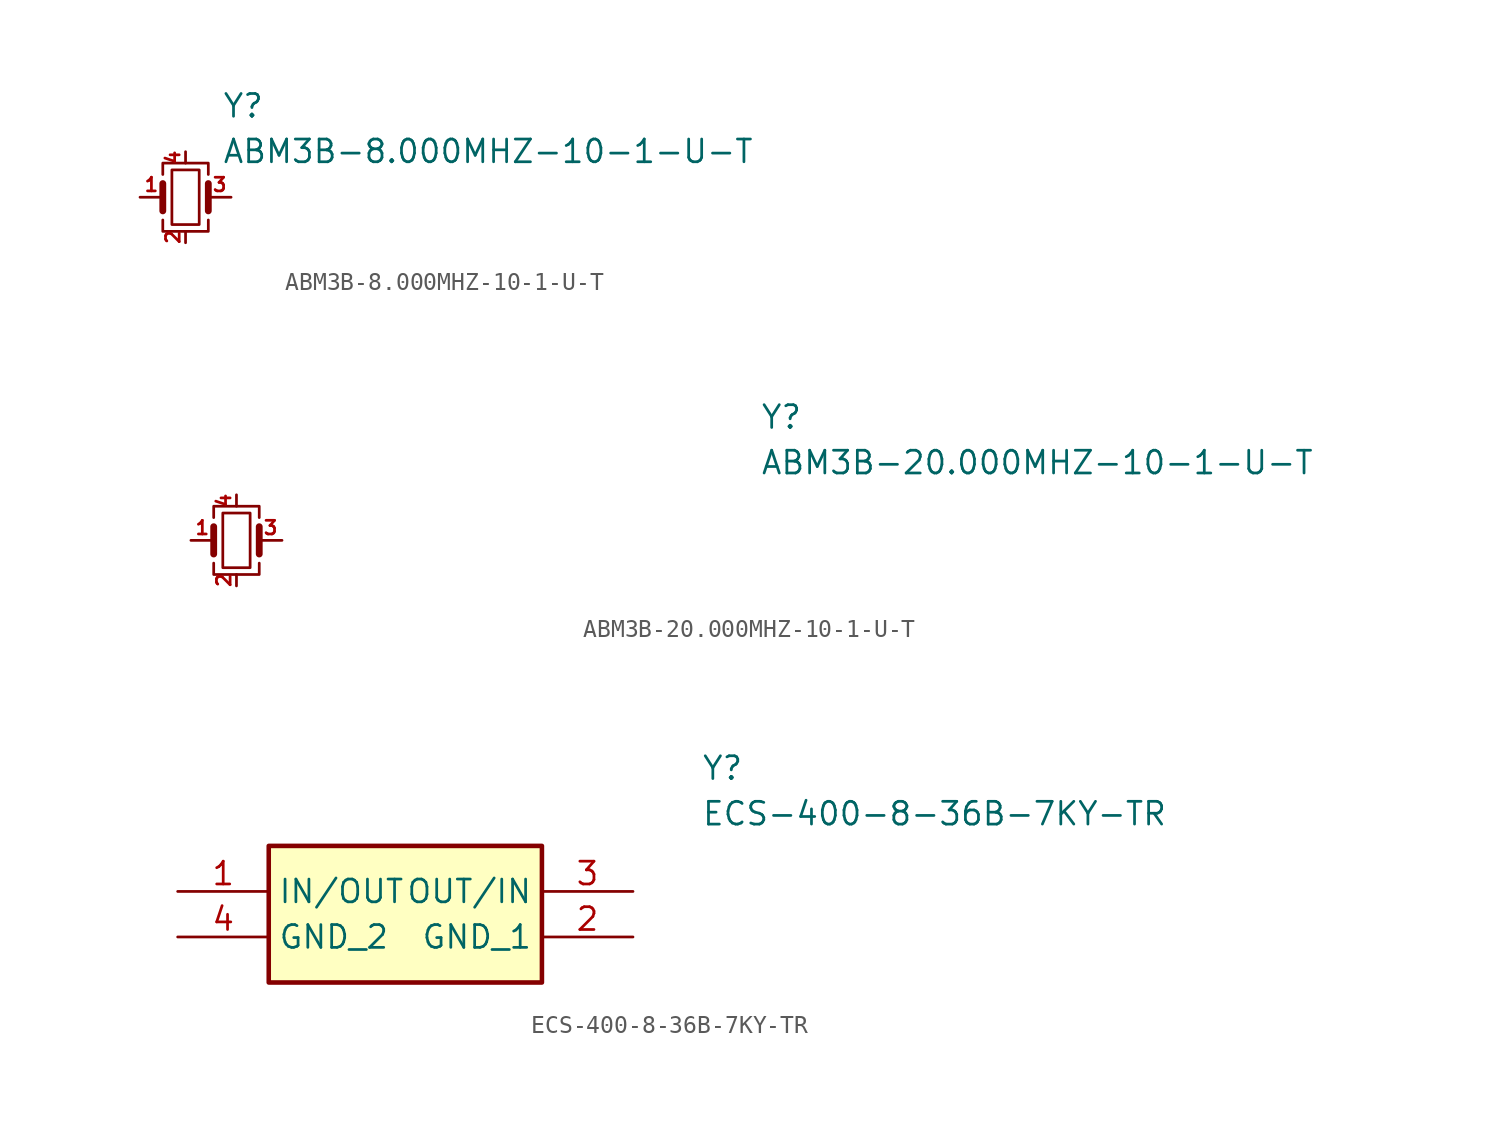
<source format=kicad_sym>
(kicad_symbol_lib
  (version 20241209)
  (generator "kicad_symbol_editor")
  (generator_version "9.0")
  (symbol "ABM3B-8.000MHZ-10-1-U-T"
    (pin_names
      (hide yes))
    (property "Reference" "Y"
      (at 2.032 5.842 0)
      (effects (font (size 1.27 1.27)) (justify left top)))
    (property "Value" "ABM3B-8.000MHZ-10-1-U-T"
      (at 2.032 3.302 0)
      (effects (font (size 1.27 1.27)) (justify left top)))
    (symbol "ABM3B-8.000MHZ-10-1-U-T_0_1"
      (polyline (pts (xy -1.27 1.27) (xy -1.27 1.905) (xy 1.27 1.905) (xy 1.27 1.27)) (stroke (width 0) (type default)) (fill (type none)))
      (polyline (pts (xy -1.27 -0.762) (xy -1.27 0.762)) (stroke (width 0.381) (type default)) (fill (type none)))
      (polyline (pts (xy -1.27 -1.27) (xy -1.27 -1.905) (xy 1.27 -1.905) (xy 1.27 -1.27)) (stroke (width 0) (type default)) (fill (type none)))
      (rectangle (start -0.762 -1.524) (end 0.762 1.524) (stroke (width 0) (type default)) (fill (type none)))
      (polyline (pts (xy 1.27 -0.762) (xy 1.27 0.762)) (stroke (width 0.381) (type default)) (fill (type none))))
    (symbol "ABM3B-8.000MHZ-10-1-U-T_1_1"
      (pin passive line (at -2.54 0 0) (length 1.27) (name "XTAL_1" (effects (font (size 1.27 1.27)))) (number "1" (effects (font (size 0.762 0.762)))))
      (pin passive line (at 0 2.54 270) (length 0.635) (name "GND_2" (effects (font (size 1.27 1.27)))) (number "4" (effects (font (size 0.762 0.762)))))
      (pin passive line (at 0 -2.54 90) (length 0.635) (name "GND_1" (effects (font (size 1.27 1.27)))) (number "2" (effects (font (size 0.762 0.762)))))
      (pin passive line (at 2.54 0 180) (length 1.27) (name "XTAL_2" (effects (font (size 1.27 1.27)))) (number "3" (effects (font (size 0.762 0.762)))))))
  (symbol "ABM3B-20.000MHZ-10-1-U-T"
    (pin_names
      (hide yes))
    (property "Reference" "Y"
      (at 29.21 7.62 0)
      (effects (font (size 1.27 1.27)) (justify left top)))
    (property "Value" "ABM3B-20.000MHZ-10-1-U-T"
      (at 29.21 5.08 0)
      (effects (font (size 1.27 1.27)) (justify left top)))
    (symbol "ABM3B-20.000MHZ-10-1-U-T_0_1"
      (polyline (pts (xy -1.27 1.27) (xy -1.27 1.905) (xy 1.27 1.905) (xy 1.27 1.27)) (stroke (width 0) (type default)) (fill (type none)))
      (polyline (pts (xy -1.27 -0.762) (xy -1.27 0.762)) (stroke (width 0.381) (type default)) (fill (type none)))
      (polyline (pts (xy -1.27 -1.27) (xy -1.27 -1.905) (xy 1.27 -1.905) (xy 1.27 -1.27)) (stroke (width 0) (type default)) (fill (type none)))
      (rectangle (start -0.762 -1.524) (end 0.762 1.524) (stroke (width 0) (type default)) (fill (type none)))
      (polyline (pts (xy 1.27 -0.762) (xy 1.27 0.762)) (stroke (width 0.381) (type default)) (fill (type none))))
    (symbol "ABM3B-20.000MHZ-10-1-U-T_1_1"
      (pin passive line (at -2.54 0 0) (length 1.27) (name "XTAL_1" (effects (font (size 1.27 1.27)))) (number "1" (effects (font (size 0.762 0.762)))))
      (pin passive line (at 0 2.54 270) (length 0.635) (name "GND_2" (effects (font (size 1.27 1.27)))) (number "4" (effects (font (size 0.762 0.762)))))
      (pin passive line (at 0 -2.54 90) (length 0.635) (name "GND_1" (effects (font (size 1.27 1.27)))) (number "2" (effects (font (size 0.762 0.762)))))
      (pin passive line (at 2.54 0 180) (length 1.27) (name "XTAL_2" (effects (font (size 1.27 1.27)))) (number "3" (effects (font (size 0.762 0.762)))))))
  (symbol "ECS-400-8-36B-7KY-TR"
    (property "Reference" "Y"
      (at 29.21 7.62 0)
      (effects (font (size 1.27 1.27)) (justify left top)))
    (property "Value" "ECS-400-8-36B-7KY-TR"
      (at 29.21 5.08 0)
      (effects (font (size 1.27 1.27)) (justify left top)))
    (symbol "ECS-400-8-36B-7KY-TR_1_1"
      (rectangle (start 5.08 2.54) (end 20.32 -5.08) (stroke (width 0.254) (type default)) (fill (type background)))
      (pin passive line (at 0 0 0) (length 5.08) (name "IN/OUT" (effects (font (size 1.27 1.27)))) (number "1" (effects (font (size 1.27 1.27)))))
      (pin passive line (at 0 -2.54 0) (length 5.08) (name "GND_2" (effects (font (size 1.27 1.27)))) (number "4" (effects (font (size 1.27 1.27)))))
      (pin passive line (at 25.4 0 180) (length 5.08) (name "OUT/IN" (effects (font (size 1.27 1.27)))) (number "3" (effects (font (size 1.27 1.27)))))
      (pin passive line (at 25.4 -2.54 180) (length 5.08) (name "GND_1" (effects (font (size 1.27 1.27)))) (number "2" (effects (font (size 1.27 1.27))))))))
</source>
